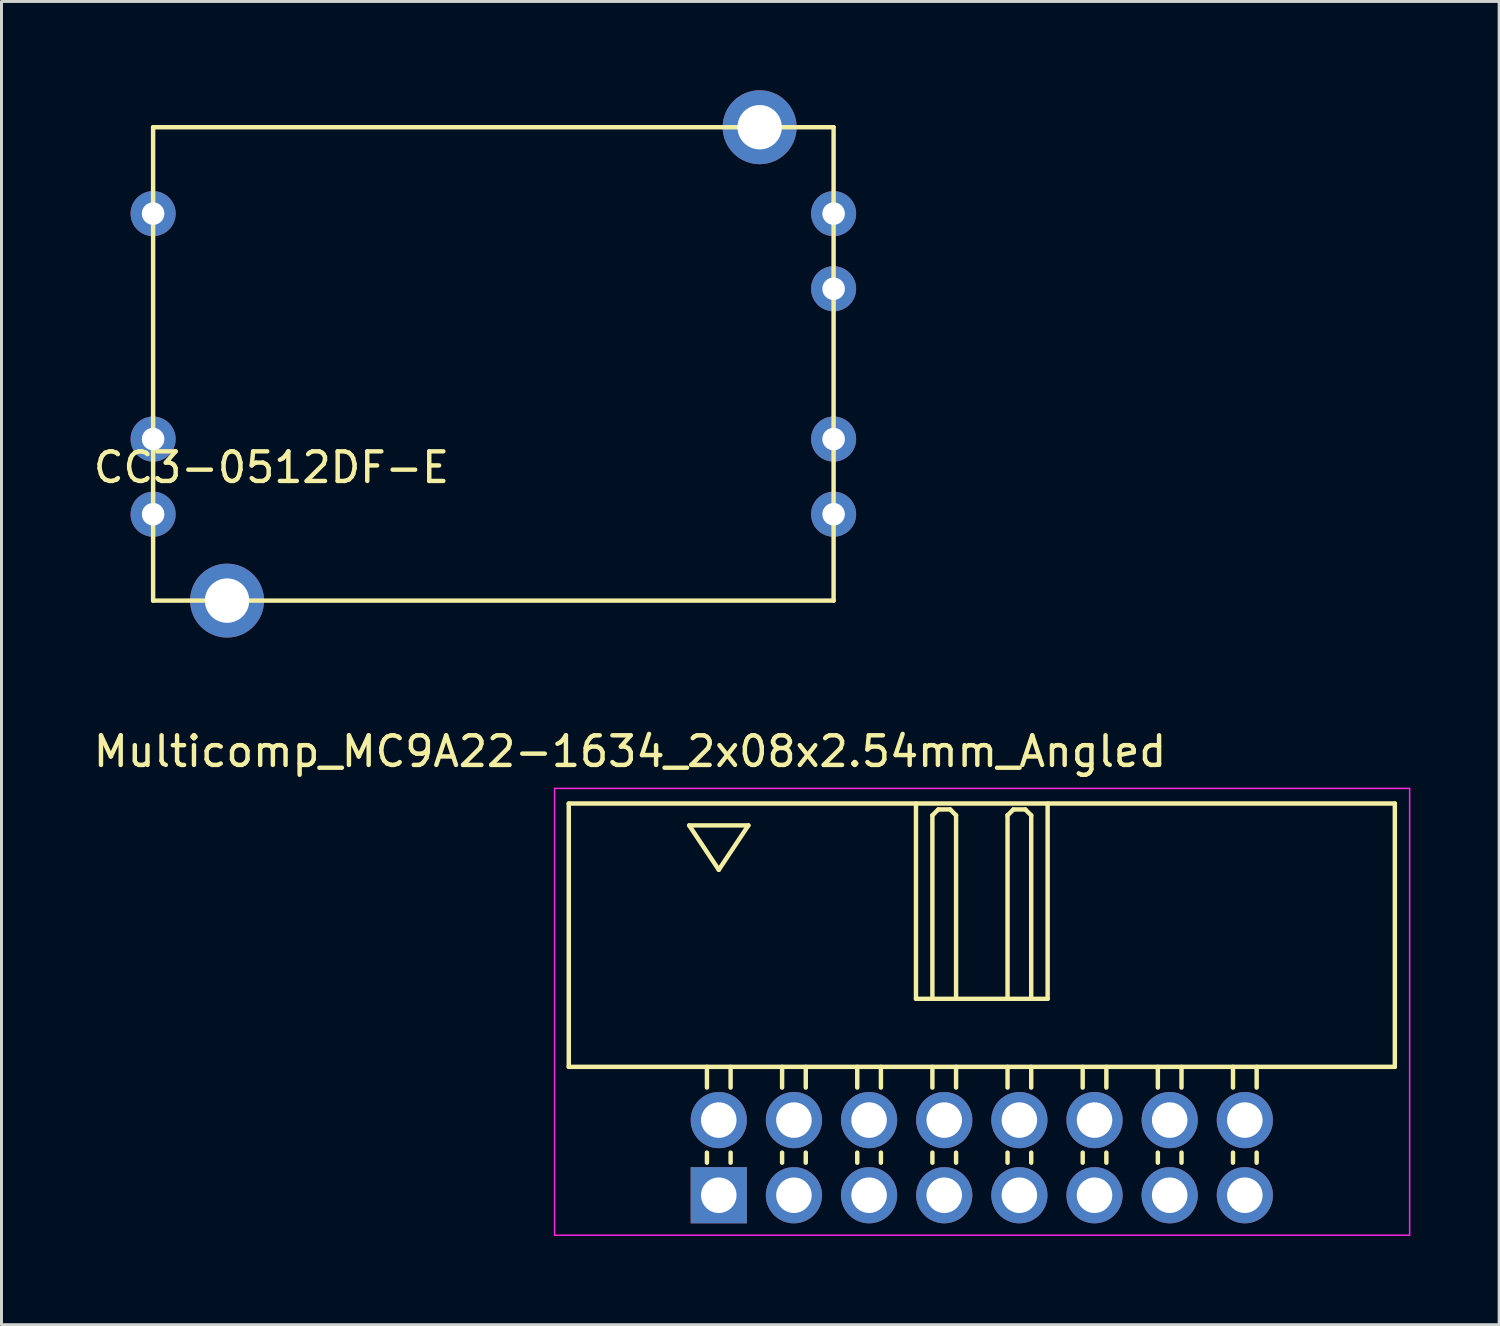
<source format=kicad_pcb>
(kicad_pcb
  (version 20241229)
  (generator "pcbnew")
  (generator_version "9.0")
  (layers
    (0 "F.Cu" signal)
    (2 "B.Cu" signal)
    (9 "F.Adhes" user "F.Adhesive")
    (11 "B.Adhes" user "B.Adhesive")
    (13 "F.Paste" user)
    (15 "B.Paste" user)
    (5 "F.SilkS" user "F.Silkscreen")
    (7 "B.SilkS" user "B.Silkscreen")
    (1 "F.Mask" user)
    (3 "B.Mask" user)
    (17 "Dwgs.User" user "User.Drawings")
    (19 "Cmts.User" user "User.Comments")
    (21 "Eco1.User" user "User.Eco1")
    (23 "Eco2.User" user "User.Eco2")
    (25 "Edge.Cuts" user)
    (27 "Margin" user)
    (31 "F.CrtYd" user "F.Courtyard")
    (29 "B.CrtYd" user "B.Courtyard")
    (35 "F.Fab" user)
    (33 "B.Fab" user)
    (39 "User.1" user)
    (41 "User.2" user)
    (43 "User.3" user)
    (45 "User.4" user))
  (footprint "CC3-0512DF-E"
    (layer "F.Cu")
    (at 2.125 17.25)
    (property "Reference" "CC3-0512DF-E" (at 4 -4.5 0) (layer "F.SilkS") (effects (font (size 1 1) (thickness 0.15))))
    (attr through_hole)
    (fp_line (start 0 -16) (end 23 -16) (stroke (width 0.15) (type solid)) (layer "F.SilkS"))
    (fp_line (start 0 0) (end 0 -16) (stroke (width 0.15) (type solid)) (layer "F.SilkS"))
    (fp_line (start 23 -16) (end 23 0) (stroke (width 0.15) (type solid)) (layer "F.SilkS"))
    (fp_line (start 23 0) (end 0 0) (stroke (width 0.15) (type solid)) (layer "F.SilkS"))
    (pad "1" thru_hole circle (at 0 -13.08) (size 1.524 1.524) (drill 0.762) (layers "*.Cu" "*.Mask"))
    (pad "2" thru_hole circle (at 0 -5.46) (size 1.524 1.524) (drill 0.762) (layers "*.Cu" "*.Mask"))
    (pad "3" thru_hole circle (at 0 -2.92) (size 1.524 1.524) (drill 0.762) (layers "*.Cu" "*.Mask"))
    (pad "4" thru_hole circle (at 23 -2.92) (size 1.524 1.524) (drill 0.762) (layers "*.Cu" "*.Mask"))
    (pad "5" thru_hole circle (at 23 -5.46) (size 1.524 1.524) (drill 0.762) (layers "*.Cu" "*.Mask"))
    (pad "6" thru_hole circle (at 23 -10.54) (size 1.524 1.524) (drill 0.762) (layers "*.Cu" "*.Mask"))
    (pad "7" thru_hole circle (at 23 -13.08) (size 1.524 1.524) (drill 0.762) (layers "*.Cu" "*.Mask"))
    (pad "a" thru_hole circle (at 2.5 0) (size 2.5 2.5) (drill 1.5) (layers "*.Cu" "*.Mask"))
    (pad "a" thru_hole circle (at 20.5 -16) (size 2.5 2.5) (drill 1.5) (layers "*.Cu" "*.Mask")))
  (footprint "Multicomp_MC9A22-1634_2x08x2.54mm_Angled"
    (layer "F.Cu")
    (at 21.244 37.348)
    (property "Reference" "Multicomp_MC9A22-1634_2x08x2.54mm_Angled" (at -3 -15 0) (layer "F.SilkS") (effects (font (size 1 1) (thickness 0.15))))
    (attr through_hole)
    (fp_line (start -5.07 -13.24) (end 22.85 -13.24) (stroke (width 0.15) (type solid)) (layer "F.SilkS"))
    (fp_line (start -5.07 -4.34) (end -5.07 -13.24) (stroke (width 0.15) (type solid)) (layer "F.SilkS"))
    (fp_line (start -1 -12.5) (end 1 -12.5) (stroke (width 0.15) (type solid)) (layer "F.SilkS"))
    (fp_line (start -0.4 -3.64) (end -0.4 -4.34) (stroke (width 0.15) (type solid)) (layer "F.SilkS"))
    (fp_line (start -0.4 -1.1) (end -0.4 -1.44) (stroke (width 0.15) (type solid)) (layer "F.SilkS"))
    (fp_line (start 0 -11) (end -1 -12.5) (stroke (width 0.15) (type solid)) (layer "F.SilkS"))
    (fp_line (start 0.4 -3.64) (end 0.4 -4.34) (stroke (width 0.15) (type solid)) (layer "F.SilkS"))
    (fp_line (start 0.4 -1.1) (end 0.4 -1.44) (stroke (width 0.15) (type solid)) (layer "F.SilkS"))
    (fp_line (start 1 -12.5) (end 0 -11) (stroke (width 0.15) (type solid)) (layer "F.SilkS"))
    (fp_line (start 2.14 -3.64) (end 2.14 -4.34) (stroke (width 0.15) (type solid)) (layer "F.SilkS"))
    (fp_line (start 2.14 -1.1) (end 2.14 -1.44) (stroke (width 0.15) (type solid)) (layer "F.SilkS"))
    (fp_line (start 2.94 -3.64) (end 2.94 -4.34) (stroke (width 0.15) (type solid)) (layer "F.SilkS"))
    (fp_line (start 2.94 -1.1) (end 2.94 -1.44) (stroke (width 0.15) (type solid)) (layer "F.SilkS"))
    (fp_line (start 4.68 -3.64) (end 4.68 -4.34) (stroke (width 0.15) (type solid)) (layer "F.SilkS"))
    (fp_line (start 4.68 -1.1) (end 4.68 -1.44) (stroke (width 0.15) (type solid)) (layer "F.SilkS"))
    (fp_line (start 5.48 -3.64) (end 5.48 -4.34) (stroke (width 0.15) (type solid)) (layer "F.SilkS"))
    (fp_line (start 5.48 -1.1) (end 5.48 -1.44) (stroke (width 0.15) (type solid)) (layer "F.SilkS"))
    (fp_line (start 6.665 -13.24) (end 6.665 -6.64) (stroke (width 0.15) (type solid)) (layer "F.SilkS"))
    (fp_line (start 6.665 -6.64) (end 11.115 -6.64) (stroke (width 0.15) (type solid)) (layer "F.SilkS"))
    (fp_line (start 7.22 -12.84) (end 7.42 -13.04) (stroke (width 0.15) (type solid)) (layer "F.SilkS"))
    (fp_line (start 7.22 -6.64) (end 7.22 -12.84) (stroke (width 0.15) (type solid)) (layer "F.SilkS"))
    (fp_line (start 7.22 -3.64) (end 7.22 -4.34) (stroke (width 0.15) (type solid)) (layer "F.SilkS"))
    (fp_line (start 7.22 -1.1) (end 7.22 -1.44) (stroke (width 0.15) (type solid)) (layer "F.SilkS"))
    (fp_line (start 7.42 -13.04) (end 7.82 -13.04) (stroke (width 0.15) (type solid)) (layer "F.SilkS"))
    (fp_line (start 7.82 -13.04) (end 8.02 -12.84) (stroke (width 0.15) (type solid)) (layer "F.SilkS"))
    (fp_line (start 8.02 -12.84) (end 8.02 -6.64) (stroke (width 0.15) (type solid)) (layer "F.SilkS"))
    (fp_line (start 8.02 -3.64) (end 8.02 -4.34) (stroke (width 0.15) (type solid)) (layer "F.SilkS"))
    (fp_line (start 8.02 -1.1) (end 8.02 -1.44) (stroke (width 0.15) (type solid)) (layer "F.SilkS"))
    (fp_line (start 9.76 -12.84) (end 9.96 -13.04) (stroke (width 0.15) (type solid)) (layer "F.SilkS"))
    (fp_line (start 9.76 -6.64) (end 9.76 -12.84) (stroke (width 0.15) (type solid)) (layer "F.SilkS"))
    (fp_line (start 9.76 -3.64) (end 9.76 -4.34) (stroke (width 0.15) (type solid)) (layer "F.SilkS"))
    (fp_line (start 9.76 -1.1) (end 9.76 -1.44) (stroke (width 0.15) (type solid)) (layer "F.SilkS"))
    (fp_line (start 9.96 -13.04) (end 10.36 -13.04) (stroke (width 0.15) (type solid)) (layer "F.SilkS"))
    (fp_line (start 10.36 -13.04) (end 10.56 -12.84) (stroke (width 0.15) (type solid)) (layer "F.SilkS"))
    (fp_line (start 10.56 -12.84) (end 10.56 -6.64) (stroke (width 0.15) (type solid)) (layer "F.SilkS"))
    (fp_line (start 10.56 -3.64) (end 10.56 -4.34) (stroke (width 0.15) (type solid)) (layer "F.SilkS"))
    (fp_line (start 10.56 -1.1) (end 10.56 -1.44) (stroke (width 0.15) (type solid)) (layer "F.SilkS"))
    (fp_line (start 11.115 -6.64) (end 11.115 -13.24) (stroke (width 0.15) (type solid)) (layer "F.SilkS"))
    (fp_line (start 12.3 -3.64) (end 12.3 -4.34) (stroke (width 0.15) (type solid)) (layer "F.SilkS"))
    (fp_line (start 12.3 -1.1) (end 12.3 -1.44) (stroke (width 0.15) (type solid)) (layer "F.SilkS"))
    (fp_line (start 13.1 -3.64) (end 13.1 -4.34) (stroke (width 0.15) (type solid)) (layer "F.SilkS"))
    (fp_line (start 13.1 -1.1) (end 13.1 -1.44) (stroke (width 0.15) (type solid)) (layer "F.SilkS"))
    (fp_line (start 14.84 -3.64) (end 14.84 -4.34) (stroke (width 0.15) (type solid)) (layer "F.SilkS"))
    (fp_line (start 14.84 -1.1) (end 14.84 -1.44) (stroke (width 0.15) (type solid)) (layer "F.SilkS"))
    (fp_line (start 15.64 -3.64) (end 15.64 -4.34) (stroke (width 0.15) (type solid)) (layer "F.SilkS"))
    (fp_line (start 15.64 -1.1) (end 15.64 -1.44) (stroke (width 0.15) (type solid)) (layer "F.SilkS"))
    (fp_line (start 17.38 -3.64) (end 17.38 -4.34) (stroke (width 0.15) (type solid)) (layer "F.SilkS"))
    (fp_line (start 17.38 -1.1) (end 17.38 -1.44) (stroke (width 0.15) (type solid)) (layer "F.SilkS"))
    (fp_line (start 18.18 -3.64) (end 18.18 -4.34) (stroke (width 0.15) (type solid)) (layer "F.SilkS"))
    (fp_line (start 18.18 -1.1) (end 18.18 -1.44) (stroke (width 0.15) (type solid)) (layer "F.SilkS"))
    (fp_line (start 22.85 -13.24) (end 22.85 -4.34) (stroke (width 0.15) (type solid)) (layer "F.SilkS"))
    (fp_line (start 22.85 -4.34) (end -5.07 -4.34) (stroke (width 0.15) (type solid)) (layer "F.SilkS"))
    (fp_line (start -5.55 -13.75) (end 23.35 -13.75) (stroke (width 0.05) (type solid)) (layer "F.CrtYd"))
    (fp_line (start -5.55 1.35) (end -5.55 -13.75) (stroke (width 0.05) (type solid)) (layer "F.CrtYd"))
    (fp_line (start 23.35 -13.75) (end 23.35 1.35) (stroke (width 0.05) (type solid)) (layer "F.CrtYd"))
    (fp_line (start 23.35 1.35) (end -5.55 1.35) (stroke (width 0.05) (type solid)) (layer "F.CrtYd"))
    (pad "1" thru_hole rect (at 0 0) (size 1.9 1.9) (drill 1.2) (layers "*.Cu" "*.Mask"))
    (pad "2" thru_hole circle (at 0 -2.54) (size 1.9 1.9) (drill 1.2) (layers "*.Cu" "*.Mask"))
    (pad "3" thru_hole circle (at 2.54 0) (size 1.9 1.9) (drill 1.2) (layers "*.Cu" "*.Mask"))
    (pad "4" thru_hole circle (at 2.54 -2.54) (size 1.9 1.9) (drill 1.2) (layers "*.Cu" "*.Mask"))
    (pad "5" thru_hole circle (at 5.08 0) (size 1.9 1.9) (drill 1.2) (layers "*.Cu" "*.Mask"))
    (pad "6" thru_hole circle (at 5.08 -2.54) (size 1.9 1.9) (drill 1.2) (layers "*.Cu" "*.Mask"))
    (pad "7" thru_hole circle (at 7.62 0) (size 1.9 1.9) (drill 1.2) (layers "*.Cu" "*.Mask"))
    (pad "8" thru_hole circle (at 7.62 -2.54) (size 1.9 1.9) (drill 1.2) (layers "*.Cu" "*.Mask"))
    (pad "9" thru_hole circle (at 10.16 0) (size 1.9 1.9) (drill 1.2) (layers "*.Cu" "*.Mask"))
    (pad "10" thru_hole circle (at 10.16 -2.54) (size 1.9 1.9) (drill 1.2) (layers "*.Cu" "*.Mask"))
    (pad "11" thru_hole circle (at 12.7 0) (size 1.9 1.9) (drill 1.2) (layers "*.Cu" "*.Mask"))
    (pad "12" thru_hole circle (at 12.7 -2.54) (size 1.9 1.9) (drill 1.2) (layers "*.Cu" "*.Mask"))
    (pad "13" thru_hole circle (at 15.24 0) (size 1.9 1.9) (drill 1.2) (layers "*.Cu" "*.Mask"))
    (pad "14" thru_hole circle (at 15.24 -2.54) (size 1.9 1.9) (drill 1.2) (layers "*.Cu" "*.Mask"))
    (pad "15" thru_hole circle (at 17.78 0) (size 1.9 1.9) (drill 1.2) (layers "*.Cu" "*.Mask"))
    (pad "16" thru_hole circle (at 17.78 -2.54) (size 1.9 1.9) (drill 1.2) (layers "*.Cu" "*.Mask")))
  (gr_rect
    (start -3 -3)
    (end 47.619 41.723)
    (stroke (width 0.1) (type default))
    (fill no)
    (layer "Edge.Cuts")))
</source>
